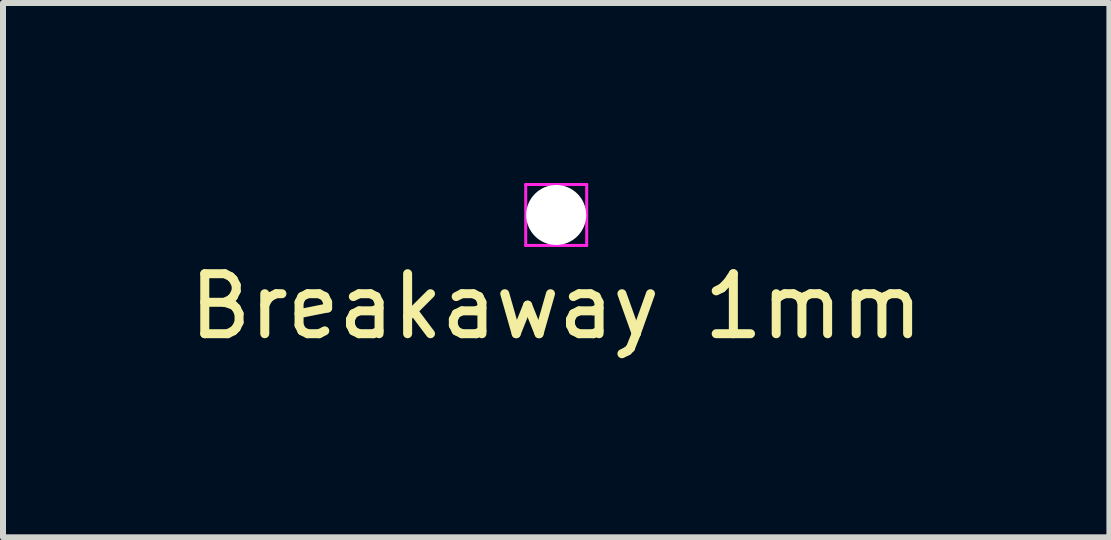
<source format=kicad_pcb>
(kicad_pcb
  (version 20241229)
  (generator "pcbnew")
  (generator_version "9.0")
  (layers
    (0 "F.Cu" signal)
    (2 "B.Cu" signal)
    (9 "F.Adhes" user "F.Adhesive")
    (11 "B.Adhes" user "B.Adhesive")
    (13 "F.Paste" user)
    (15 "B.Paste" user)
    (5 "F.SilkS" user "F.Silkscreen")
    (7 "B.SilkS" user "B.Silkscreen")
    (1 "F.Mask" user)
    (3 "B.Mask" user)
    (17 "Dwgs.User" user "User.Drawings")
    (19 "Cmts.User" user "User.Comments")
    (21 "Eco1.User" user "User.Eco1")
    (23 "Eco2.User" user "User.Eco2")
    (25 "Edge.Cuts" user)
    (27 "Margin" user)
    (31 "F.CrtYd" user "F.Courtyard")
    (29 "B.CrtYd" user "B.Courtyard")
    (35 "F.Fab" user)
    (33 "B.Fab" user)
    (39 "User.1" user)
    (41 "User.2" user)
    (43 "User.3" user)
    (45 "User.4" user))
  (footprint "Breakaway 1mm"
    (layer "F.Cu")
    (at 6.22 0.533)
    (property "Reference" "Breakaway 1mm" (at 0 1.524 0) (layer "F.SilkS") (effects (font (size 1 1) (thickness 0.15))))
    (attr through_hole)
    (fp_line (start -0.508 -0.508) (end -0.508 0.508) (stroke (width 0.05) (type solid)) (layer "F.CrtYd"))
    (fp_line (start -0.508 0.508) (end 0.508 0.508) (stroke (width 0.05) (type solid)) (layer "F.CrtYd"))
    (fp_line (start 0.508 -0.508) (end -0.508 -0.508) (stroke (width 0.05) (type solid)) (layer "F.CrtYd"))
    (fp_line (start 0.508 0.508) (end 0.508 -0.508) (stroke (width 0.05) (type solid)) (layer "F.CrtYd"))
    (pad "" np_thru_hole circle (at 0 0) (size 1 1) (drill 1) (layers "*.Cu" "*.Mask")))
  (gr_rect
    (start -3 -3)
    (end 15.44 5.905)
    (stroke (width 0.1) (type default))
    (fill no)
    (layer "Edge.Cuts")))
</source>
